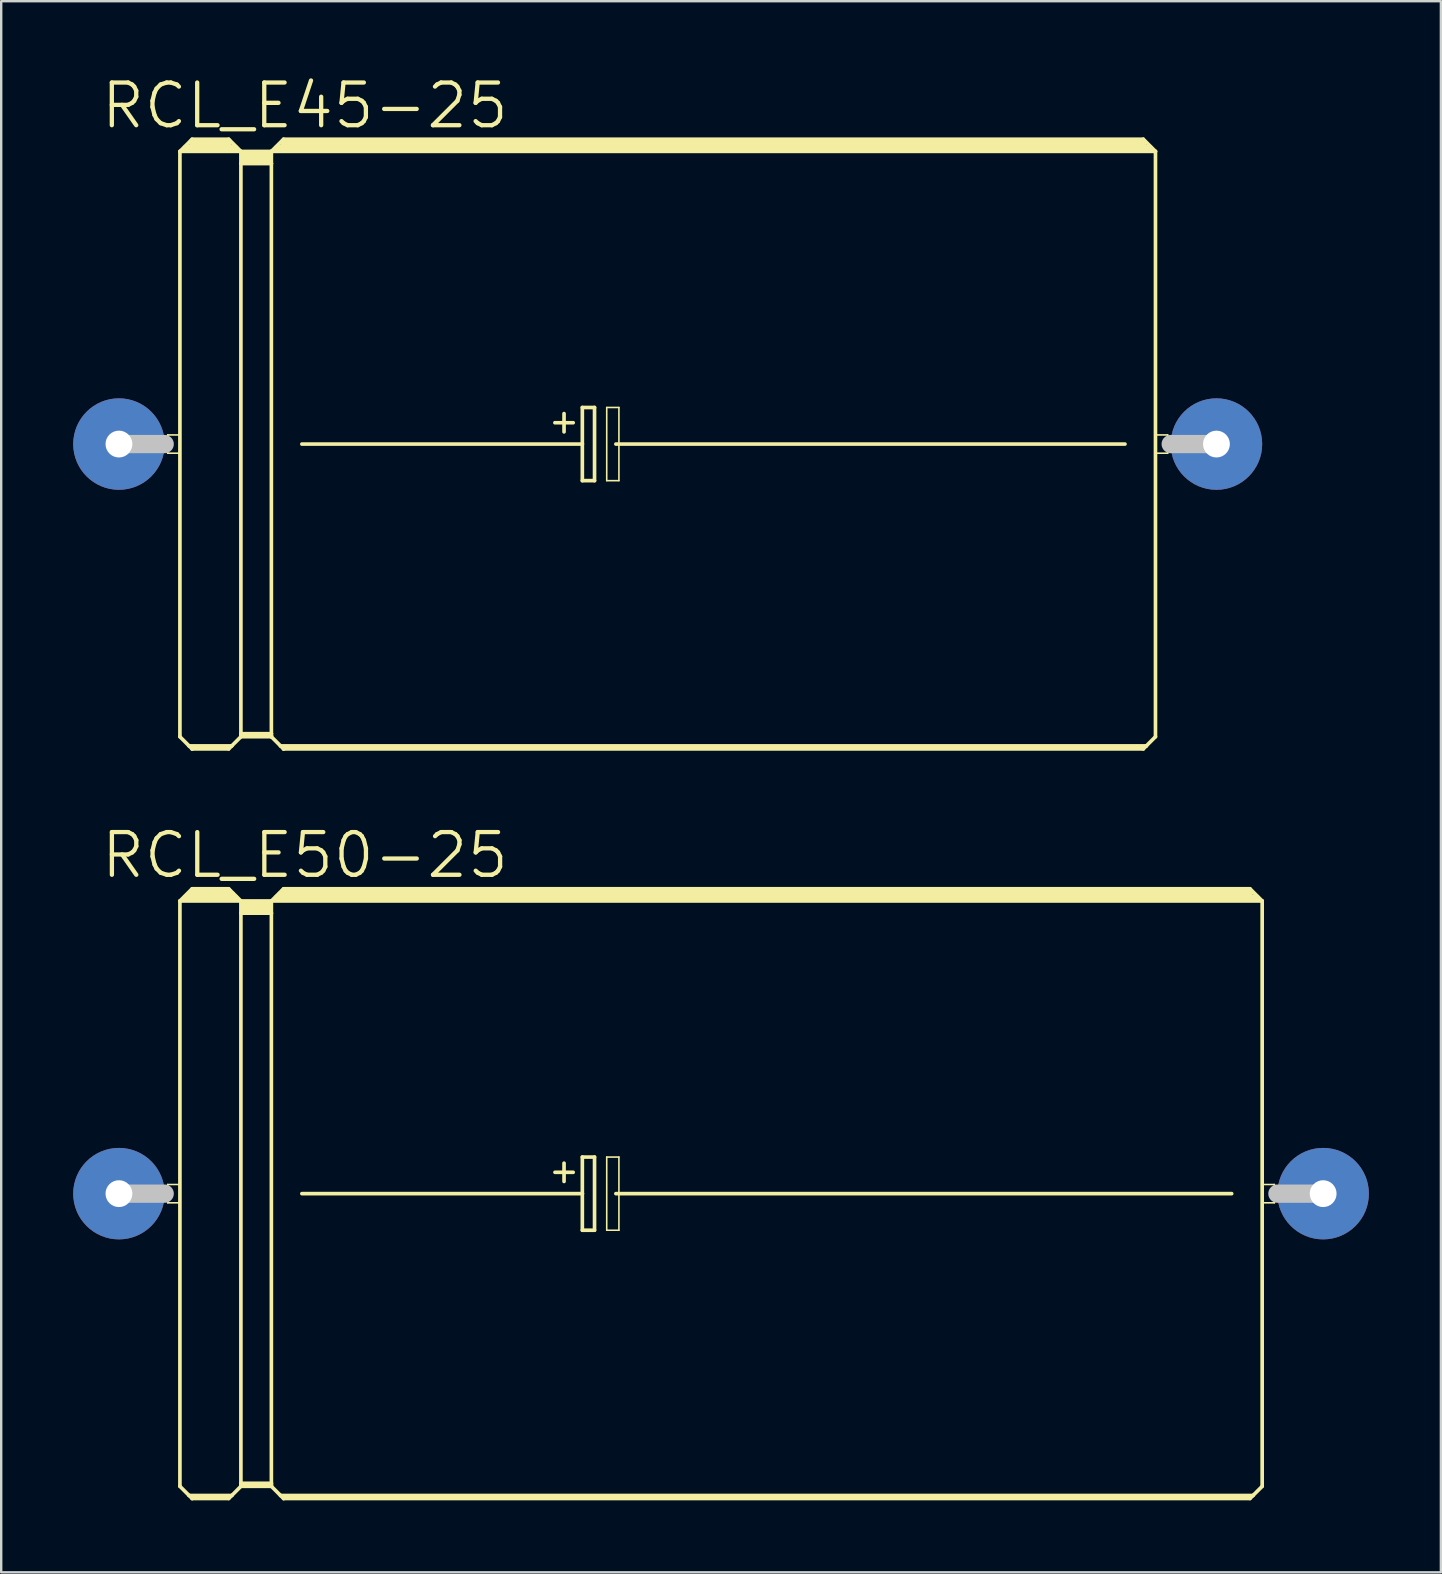
<source format=kicad_pcb>
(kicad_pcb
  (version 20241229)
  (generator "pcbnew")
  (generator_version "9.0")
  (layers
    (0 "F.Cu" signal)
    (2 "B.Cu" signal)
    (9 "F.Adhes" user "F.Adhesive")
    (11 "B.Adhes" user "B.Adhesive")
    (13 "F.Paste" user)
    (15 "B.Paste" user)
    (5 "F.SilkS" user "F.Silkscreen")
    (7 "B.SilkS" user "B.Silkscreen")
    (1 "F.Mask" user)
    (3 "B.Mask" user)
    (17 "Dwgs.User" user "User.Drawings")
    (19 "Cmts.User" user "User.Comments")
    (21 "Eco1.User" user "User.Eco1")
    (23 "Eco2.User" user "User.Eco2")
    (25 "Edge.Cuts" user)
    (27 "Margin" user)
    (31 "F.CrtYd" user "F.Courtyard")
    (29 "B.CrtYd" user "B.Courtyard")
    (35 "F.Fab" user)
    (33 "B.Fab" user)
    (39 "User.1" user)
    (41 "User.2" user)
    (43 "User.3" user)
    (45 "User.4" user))
  (footprint "RCL_E45-25"
    (layer "F.Cu")
    (at 24.765 15.449)
    (property "Reference" "RCL_E45-25" (at -15.113 -14.097 0) (layer "F.SilkS") (effects (font (size 1.778 1.778) (thickness 0.178))))
    (attr exclude_from_pos_files exclude_from_bom)
    (fp_line (start -20.828 -0.381) (end -20.32 -0.381) (stroke (width 0.066) (type solid)) (layer "F.SilkS"))
    (fp_line (start -20.828 0.381) (end -20.828 -0.381) (stroke (width 0.066) (type solid)) (layer "F.SilkS"))
    (fp_line (start -20.828 0.381) (end -20.32 0.381) (stroke (width 0.066) (type solid)) (layer "F.SilkS"))
    (fp_line (start -20.32 -12.192) (end -20.32 12.192) (stroke (width 0.152) (type solid)) (layer "F.SilkS"))
    (fp_line (start -20.32 -12.192) (end -19.812 -12.7) (stroke (width 0.152) (type solid)) (layer "F.SilkS"))
    (fp_line (start -20.32 -12.192) (end -17.78 -12.192) (stroke (width 0.152) (type solid)) (layer "F.SilkS"))
    (fp_line (start -20.32 0.381) (end -20.32 -0.381) (stroke (width 0.066) (type solid)) (layer "F.SilkS"))
    (fp_line (start -20.32 12.192) (end -19.939 12.573) (stroke (width 0.152) (type solid)) (layer "F.SilkS"))
    (fp_line (start -20.066 -12.319) (end -18.034 -12.319) (stroke (width 0.305) (type solid)) (layer "F.SilkS"))
    (fp_line (start -19.939 12.573) (end -19.812 12.7) (stroke (width 0.152) (type solid)) (layer "F.SilkS"))
    (fp_line (start -19.939 12.573) (end -18.161 12.573) (stroke (width 0.152) (type solid)) (layer "F.SilkS"))
    (fp_line (start -19.812 -12.7) (end -18.288 -12.7) (stroke (width 0.152) (type solid)) (layer "F.SilkS"))
    (fp_line (start -19.812 -12.573) (end -18.288 -12.573) (stroke (width 0.305) (type solid)) (layer "F.SilkS"))
    (fp_line (start -19.812 12.649) (end -18.288 12.649) (stroke (width 0.152) (type solid)) (layer "F.SilkS"))
    (fp_line (start -19.812 12.7) (end -19.812 12.649) (stroke (width 0.152) (type solid)) (layer "F.SilkS"))
    (fp_line (start -19.812 12.7) (end -18.288 12.7) (stroke (width 0.152) (type solid)) (layer "F.SilkS"))
    (fp_line (start -18.288 -12.7) (end -17.78 -12.192) (stroke (width 0.152) (type solid)) (layer "F.SilkS"))
    (fp_line (start -18.288 12.7) (end -18.161 12.573) (stroke (width 0.152) (type solid)) (layer "F.SilkS"))
    (fp_line (start -18.161 12.573) (end -17.78 12.192) (stroke (width 0.152) (type solid)) (layer "F.SilkS"))
    (fp_line (start -17.78 -12.192) (end -16.51 -12.192) (stroke (width 0.152) (type solid)) (layer "F.SilkS"))
    (fp_line (start -17.78 -11.684) (end -17.78 -12.192) (stroke (width 0.152) (type solid)) (layer "F.SilkS"))
    (fp_line (start -17.78 -11.684) (end -16.51 -11.684) (stroke (width 0.152) (type solid)) (layer "F.SilkS"))
    (fp_line (start -17.78 12.065) (end -17.78 -11.684) (stroke (width 0.152) (type solid)) (layer "F.SilkS"))
    (fp_line (start -17.78 12.065) (end -16.51 12.065) (stroke (width 0.152) (type solid)) (layer "F.SilkS"))
    (fp_line (start -17.78 12.141) (end -17.78 12.065) (stroke (width 0.152) (type solid)) (layer "F.SilkS"))
    (fp_line (start -17.78 12.141) (end -16.51 12.141) (stroke (width 0.152) (type solid)) (layer "F.SilkS"))
    (fp_line (start -17.78 12.192) (end -17.78 12.141) (stroke (width 0.152) (type solid)) (layer "F.SilkS"))
    (fp_line (start -17.78 12.192) (end -16.51 12.192) (stroke (width 0.152) (type solid)) (layer "F.SilkS"))
    (fp_line (start -17.65 -12.065) (end -16.637 -12.065) (stroke (width 0.305) (type solid)) (layer "F.SilkS"))
    (fp_line (start -17.65 -11.811) (end -16.637 -11.811) (stroke (width 0.305) (type solid)) (layer "F.SilkS"))
    (fp_line (start -16.51 -12.192) (end -16.002 -12.7) (stroke (width 0.152) (type solid)) (layer "F.SilkS"))
    (fp_line (start -16.51 -12.192) (end 20.32 -12.192) (stroke (width 0.152) (type solid)) (layer "F.SilkS"))
    (fp_line (start -16.51 -11.684) (end -16.51 -12.192) (stroke (width 0.152) (type solid)) (layer "F.SilkS"))
    (fp_line (start -16.51 12.065) (end -16.51 -11.684) (stroke (width 0.152) (type solid)) (layer "F.SilkS"))
    (fp_line (start -16.51 12.141) (end -16.51 12.065) (stroke (width 0.152) (type solid)) (layer "F.SilkS"))
    (fp_line (start -16.51 12.192) (end -16.51 12.141) (stroke (width 0.152) (type solid)) (layer "F.SilkS"))
    (fp_line (start -16.51 12.192) (end -16.129 12.573) (stroke (width 0.152) (type solid)) (layer "F.SilkS"))
    (fp_line (start -16.256 -12.319) (end 20.066 -12.319) (stroke (width 0.305) (type solid)) (layer "F.SilkS"))
    (fp_line (start -16.129 12.573) (end -16.002 12.7) (stroke (width 0.152) (type solid)) (layer "F.SilkS"))
    (fp_line (start -16.129 12.573) (end 19.939 12.573) (stroke (width 0.152) (type solid)) (layer "F.SilkS"))
    (fp_line (start -16.002 -12.7) (end 19.812 -12.7) (stroke (width 0.152) (type solid)) (layer "F.SilkS"))
    (fp_line (start -16.002 -12.573) (end 19.812 -12.573) (stroke (width 0.305) (type solid)) (layer "F.SilkS"))
    (fp_line (start -16.002 12.649) (end 19.812 12.649) (stroke (width 0.152) (type solid)) (layer "F.SilkS"))
    (fp_line (start -16.002 12.7) (end -16.002 12.649) (stroke (width 0.152) (type solid)) (layer "F.SilkS"))
    (fp_line (start -16.002 12.7) (end 19.812 12.7) (stroke (width 0.152) (type solid)) (layer "F.SilkS"))
    (fp_line (start -15.24 0) (end -3.556 0) (stroke (width 0.152) (type solid)) (layer "F.SilkS"))
    (fp_line (start -4.699 -0.889) (end -3.937 -0.889) (stroke (width 0.152) (type solid)) (layer "F.SilkS"))
    (fp_line (start -4.318 -1.27) (end -4.318 -0.508) (stroke (width 0.152) (type solid)) (layer "F.SilkS"))
    (fp_line (start -3.556 -1.524) (end -3.556 0) (stroke (width 0.152) (type solid)) (layer "F.SilkS"))
    (fp_line (start -3.556 0) (end -3.556 1.524) (stroke (width 0.152) (type solid)) (layer "F.SilkS"))
    (fp_line (start -3.556 1.524) (end -3.048 1.524) (stroke (width 0.152) (type solid)) (layer "F.SilkS"))
    (fp_line (start -3.048 -1.524) (end -3.556 -1.524) (stroke (width 0.152) (type solid)) (layer "F.SilkS"))
    (fp_line (start -3.048 1.524) (end -3.048 -1.524) (stroke (width 0.152) (type solid)) (layer "F.SilkS"))
    (fp_line (start -2.54 -1.524) (end -2.032 -1.524) (stroke (width 0.066) (type solid)) (layer "F.SilkS"))
    (fp_line (start -2.54 1.524) (end -2.54 -1.524) (stroke (width 0.066) (type solid)) (layer "F.SilkS"))
    (fp_line (start -2.54 1.524) (end -2.032 1.524) (stroke (width 0.066) (type solid)) (layer "F.SilkS"))
    (fp_line (start -2.159 0) (end 19.05 0) (stroke (width 0.152) (type solid)) (layer "F.SilkS"))
    (fp_line (start -2.032 1.524) (end -2.032 -1.524) (stroke (width 0.066) (type solid)) (layer "F.SilkS"))
    (fp_line (start 19.812 -12.7) (end 20.32 -12.192) (stroke (width 0.152) (type solid)) (layer "F.SilkS"))
    (fp_line (start 19.812 12.7) (end 19.939 12.573) (stroke (width 0.152) (type solid)) (layer "F.SilkS"))
    (fp_line (start 19.939 12.573) (end 20.32 12.192) (stroke (width 0.152) (type solid)) (layer "F.SilkS"))
    (fp_line (start 20.32 -12.192) (end 20.32 12.192) (stroke (width 0.152) (type solid)) (layer "F.SilkS"))
    (fp_line (start 20.32 -0.381) (end 20.828 -0.381) (stroke (width 0.066) (type solid)) (layer "F.SilkS"))
    (fp_line (start 20.32 0.381) (end 20.32 -0.381) (stroke (width 0.066) (type solid)) (layer "F.SilkS"))
    (fp_line (start 20.32 0.381) (end 20.828 0.381) (stroke (width 0.066) (type solid)) (layer "F.SilkS"))
    (fp_line (start 20.828 0.381) (end 20.828 -0.381) (stroke (width 0.066) (type solid)) (layer "F.SilkS"))
    (fp_line (start -22.86 0) (end -20.955 0) (stroke (width 0.762) (type solid)) (layer "Dwgs.User"))
    (fp_line (start 22.86 0) (end 20.955 0) (stroke (width 0.762) (type solid)) (layer "Dwgs.User"))
    (pad "+" thru_hole circle (at -22.86 0) (size 3.81 3.81) (drill 1.118) (layers "*.Cu" "*.Paste" "*.Mask"))
    (pad "-" thru_hole circle (at 22.86 0) (size 3.81 3.81) (drill 1.118) (layers "*.Cu" "*.Paste" "*.Mask")))
  (footprint "RCL_E50-25"
    (layer "F.Cu")
    (at 27.305 46.675)
    (property "Reference" "RCL_E50-25" (at -17.65 -14.097 0) (layer "F.SilkS") (effects (font (size 1.778 1.778) (thickness 0.178))))
    (attr exclude_from_pos_files exclude_from_bom)
    (fp_line (start -23.368 -0.381) (end -22.86 -0.381) (stroke (width 0.066) (type solid)) (layer "F.SilkS"))
    (fp_line (start -23.368 0.381) (end -23.368 -0.381) (stroke (width 0.066) (type solid)) (layer "F.SilkS"))
    (fp_line (start -23.368 0.381) (end -22.86 0.381) (stroke (width 0.066) (type solid)) (layer "F.SilkS"))
    (fp_line (start -22.86 -12.192) (end -22.86 12.192) (stroke (width 0.152) (type solid)) (layer "F.SilkS"))
    (fp_line (start -22.86 -12.192) (end -22.352 -12.7) (stroke (width 0.152) (type solid)) (layer "F.SilkS"))
    (fp_line (start -22.86 -12.192) (end -20.32 -12.192) (stroke (width 0.152) (type solid)) (layer "F.SilkS"))
    (fp_line (start -22.86 0.381) (end -22.86 -0.381) (stroke (width 0.066) (type solid)) (layer "F.SilkS"))
    (fp_line (start -22.86 12.192) (end -22.479 12.573) (stroke (width 0.152) (type solid)) (layer "F.SilkS"))
    (fp_line (start -22.606 -12.319) (end -22.479 -12.319) (stroke (width 0.305) (type solid)) (layer "F.SilkS"))
    (fp_line (start -22.479 -12.319) (end -22.479 -12.446) (stroke (width 0.305) (type solid)) (layer "F.SilkS"))
    (fp_line (start -22.479 -12.319) (end -20.698 -12.319) (stroke (width 0.305) (type solid)) (layer "F.SilkS"))
    (fp_line (start -22.479 12.573) (end -22.352 12.7) (stroke (width 0.152) (type solid)) (layer "F.SilkS"))
    (fp_line (start -22.479 12.573) (end -20.698 12.573) (stroke (width 0.152) (type solid)) (layer "F.SilkS"))
    (fp_line (start -22.352 -12.7) (end -20.828 -12.7) (stroke (width 0.152) (type solid)) (layer "F.SilkS"))
    (fp_line (start -22.352 -12.573) (end -20.828 -12.573) (stroke (width 0.305) (type solid)) (layer "F.SilkS"))
    (fp_line (start -22.352 12.649) (end -20.828 12.649) (stroke (width 0.152) (type solid)) (layer "F.SilkS"))
    (fp_line (start -22.352 12.7) (end -22.352 12.649) (stroke (width 0.152) (type solid)) (layer "F.SilkS"))
    (fp_line (start -22.352 12.7) (end -20.828 12.7) (stroke (width 0.152) (type solid)) (layer "F.SilkS"))
    (fp_line (start -20.698 -12.319) (end -20.698 -12.446) (stroke (width 0.305) (type solid)) (layer "F.SilkS"))
    (fp_line (start -20.698 -12.319) (end -20.574 -12.319) (stroke (width 0.305) (type solid)) (layer "F.SilkS"))
    (fp_line (start -20.698 12.573) (end -20.828 12.7) (stroke (width 0.152) (type solid)) (layer "F.SilkS"))
    (fp_line (start -20.32 -12.192) (end -20.828 -12.7) (stroke (width 0.152) (type solid)) (layer "F.SilkS"))
    (fp_line (start -20.32 -12.192) (end -20.32 -11.684) (stroke (width 0.152) (type solid)) (layer "F.SilkS"))
    (fp_line (start -20.32 -12.192) (end -19.05 -12.192) (stroke (width 0.152) (type solid)) (layer "F.SilkS"))
    (fp_line (start -20.32 -11.684) (end -20.32 12.065) (stroke (width 0.152) (type solid)) (layer "F.SilkS"))
    (fp_line (start -20.32 -11.684) (end -19.05 -11.684) (stroke (width 0.152) (type solid)) (layer "F.SilkS"))
    (fp_line (start -20.32 12.065) (end -20.32 12.141) (stroke (width 0.152) (type solid)) (layer "F.SilkS"))
    (fp_line (start -20.32 12.065) (end -19.05 12.065) (stroke (width 0.152) (type solid)) (layer "F.SilkS"))
    (fp_line (start -20.32 12.141) (end -20.32 12.192) (stroke (width 0.152) (type solid)) (layer "F.SilkS"))
    (fp_line (start -20.32 12.141) (end -19.05 12.141) (stroke (width 0.152) (type solid)) (layer "F.SilkS"))
    (fp_line (start -20.32 12.192) (end -20.698 12.573) (stroke (width 0.152) (type solid)) (layer "F.SilkS"))
    (fp_line (start -20.32 12.192) (end -19.05 12.192) (stroke (width 0.152) (type solid)) (layer "F.SilkS"))
    (fp_line (start -20.193 -12.065) (end -19.177 -12.065) (stroke (width 0.305) (type solid)) (layer "F.SilkS"))
    (fp_line (start -20.193 -11.811) (end -19.177 -11.811) (stroke (width 0.305) (type solid)) (layer "F.SilkS"))
    (fp_line (start -19.05 -12.192) (end -19.05 -11.684) (stroke (width 0.152) (type solid)) (layer "F.SilkS"))
    (fp_line (start -19.05 -12.192) (end 22.225 -12.192) (stroke (width 0.152) (type solid)) (layer "F.SilkS"))
    (fp_line (start -19.05 -11.684) (end -19.05 12.065) (stroke (width 0.152) (type solid)) (layer "F.SilkS"))
    (fp_line (start -19.05 12.065) (end -19.05 12.141) (stroke (width 0.152) (type solid)) (layer "F.SilkS"))
    (fp_line (start -19.05 12.141) (end -19.05 12.192) (stroke (width 0.152) (type solid)) (layer "F.SilkS"))
    (fp_line (start -19.05 12.192) (end -18.669 12.573) (stroke (width 0.152) (type solid)) (layer "F.SilkS"))
    (fp_line (start -18.796 -12.319) (end -18.669 -12.319) (stroke (width 0.305) (type solid)) (layer "F.SilkS"))
    (fp_line (start -18.669 -12.319) (end -18.669 -12.446) (stroke (width 0.305) (type solid)) (layer "F.SilkS"))
    (fp_line (start -18.669 -12.319) (end 21.971 -12.319) (stroke (width 0.305) (type solid)) (layer "F.SilkS"))
    (fp_line (start -18.669 12.573) (end -18.542 12.7) (stroke (width 0.152) (type solid)) (layer "F.SilkS"))
    (fp_line (start -18.669 12.573) (end 21.844 12.573) (stroke (width 0.152) (type solid)) (layer "F.SilkS"))
    (fp_line (start -18.542 -12.7) (end -19.05 -12.192) (stroke (width 0.152) (type solid)) (layer "F.SilkS"))
    (fp_line (start -18.542 -12.7) (end 21.717 -12.7) (stroke (width 0.152) (type solid)) (layer "F.SilkS"))
    (fp_line (start -18.542 -12.573) (end 21.717 -12.573) (stroke (width 0.305) (type solid)) (layer "F.SilkS"))
    (fp_line (start -18.542 12.649) (end 21.717 12.649) (stroke (width 0.152) (type solid)) (layer "F.SilkS"))
    (fp_line (start -18.542 12.7) (end -18.542 12.649) (stroke (width 0.152) (type solid)) (layer "F.SilkS"))
    (fp_line (start -17.78 0) (end -6.096 0) (stroke (width 0.152) (type solid)) (layer "F.SilkS"))
    (fp_line (start -7.236 -0.889) (end -6.477 -0.889) (stroke (width 0.152) (type solid)) (layer "F.SilkS"))
    (fp_line (start -6.858 -1.27) (end -6.858 -0.508) (stroke (width 0.152) (type solid)) (layer "F.SilkS"))
    (fp_line (start -6.096 -1.524) (end -6.096 0) (stroke (width 0.152) (type solid)) (layer "F.SilkS"))
    (fp_line (start -6.096 0) (end -6.096 1.524) (stroke (width 0.152) (type solid)) (layer "F.SilkS"))
    (fp_line (start -6.096 1.524) (end -5.588 1.524) (stroke (width 0.152) (type solid)) (layer "F.SilkS"))
    (fp_line (start -5.588 -1.524) (end -6.096 -1.524) (stroke (width 0.152) (type solid)) (layer "F.SilkS"))
    (fp_line (start -5.588 1.524) (end -5.588 -1.524) (stroke (width 0.152) (type solid)) (layer "F.SilkS"))
    (fp_line (start -5.08 -1.524) (end -4.572 -1.524) (stroke (width 0.066) (type solid)) (layer "F.SilkS"))
    (fp_line (start -5.08 1.524) (end -5.08 -1.524) (stroke (width 0.066) (type solid)) (layer "F.SilkS"))
    (fp_line (start -5.08 1.524) (end -4.572 1.524) (stroke (width 0.066) (type solid)) (layer "F.SilkS"))
    (fp_line (start -4.699 0) (end 20.955 0) (stroke (width 0.152) (type solid)) (layer "F.SilkS"))
    (fp_line (start -4.572 1.524) (end -4.572 -1.524) (stroke (width 0.066) (type solid)) (layer "F.SilkS"))
    (fp_line (start 21.717 -12.7) (end 22.225 -12.192) (stroke (width 0.152) (type solid)) (layer "F.SilkS"))
    (fp_line (start 21.717 12.7) (end -18.542 12.7) (stroke (width 0.152) (type solid)) (layer "F.SilkS"))
    (fp_line (start 21.844 12.573) (end 21.717 12.7) (stroke (width 0.152) (type solid)) (layer "F.SilkS"))
    (fp_line (start 22.225 -12.192) (end 22.225 12.192) (stroke (width 0.152) (type solid)) (layer "F.SilkS"))
    (fp_line (start 22.225 -0.381) (end 22.733 -0.381) (stroke (width 0.066) (type solid)) (layer "F.SilkS"))
    (fp_line (start 22.225 0.381) (end 22.225 -0.381) (stroke (width 0.066) (type solid)) (layer "F.SilkS"))
    (fp_line (start 22.225 0.381) (end 22.733 0.381) (stroke (width 0.066) (type solid)) (layer "F.SilkS"))
    (fp_line (start 22.225 12.192) (end 21.844 12.573) (stroke (width 0.152) (type solid)) (layer "F.SilkS"))
    (fp_line (start 22.733 0.381) (end 22.733 -0.381) (stroke (width 0.066) (type solid)) (layer "F.SilkS"))
    (fp_line (start -25.4 0) (end -23.495 0) (stroke (width 0.762) (type solid)) (layer "Dwgs.User"))
    (fp_line (start 24.765 0) (end 22.86 0) (stroke (width 0.762) (type solid)) (layer "Dwgs.User"))
    (pad "+" thru_hole circle (at -25.4 0) (size 3.81 3.81) (drill 1.118) (layers "*.Cu" "*.Paste" "*.Mask"))
    (pad "-" thru_hole circle (at 24.765 0) (size 3.81 3.81) (drill 1.118) (layers "*.Cu" "*.Paste" "*.Mask")))
  (gr_rect
    (start -3 -3)
    (end 56.975 62.451)
    (stroke (width 0.1) (type default))
    (fill no)
    (layer "Edge.Cuts")))
</source>
